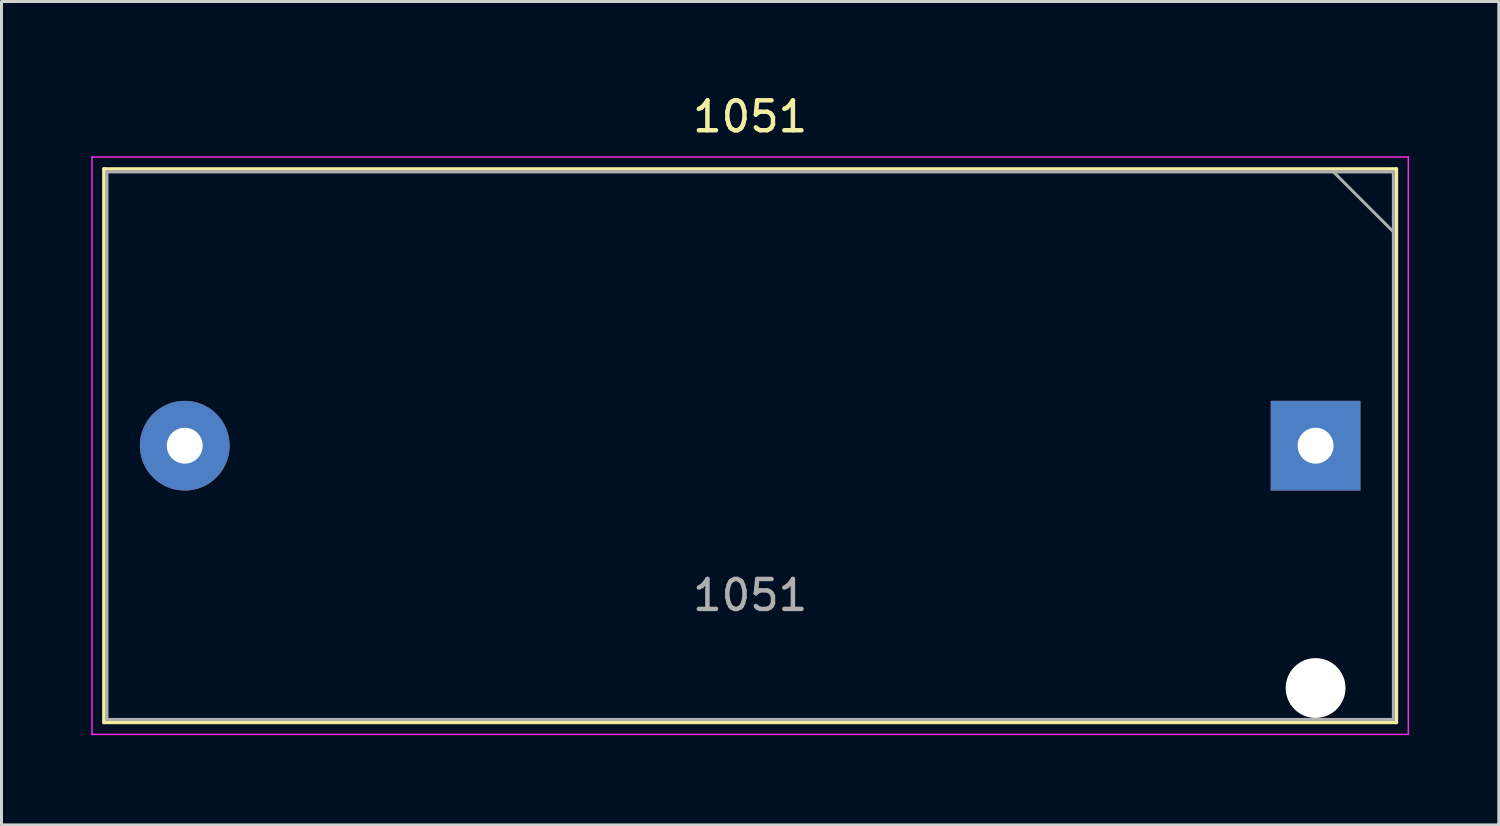
<source format=kicad_pcb>
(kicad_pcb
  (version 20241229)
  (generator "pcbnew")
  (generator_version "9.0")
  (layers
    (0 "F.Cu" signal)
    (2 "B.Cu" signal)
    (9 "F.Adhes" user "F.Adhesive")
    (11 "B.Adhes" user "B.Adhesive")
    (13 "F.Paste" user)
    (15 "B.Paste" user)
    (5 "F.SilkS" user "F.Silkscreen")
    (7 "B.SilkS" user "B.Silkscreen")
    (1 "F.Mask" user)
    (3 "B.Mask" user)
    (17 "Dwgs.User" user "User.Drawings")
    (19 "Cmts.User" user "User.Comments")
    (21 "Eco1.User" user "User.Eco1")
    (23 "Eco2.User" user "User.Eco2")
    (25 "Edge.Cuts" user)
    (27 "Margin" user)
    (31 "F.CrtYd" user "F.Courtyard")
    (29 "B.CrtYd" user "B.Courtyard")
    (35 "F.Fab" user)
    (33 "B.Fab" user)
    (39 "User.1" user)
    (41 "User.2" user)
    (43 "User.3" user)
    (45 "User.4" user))
  (footprint "1051"
    (layer "F.Cu")
    (at 22.025 11.848)
    (property "Reference" "1051" (at 0 -11 0) (layer "F.SilkS") (effects (font (size 1 1) (thickness 0.15))))
    (attr through_hole)
    (fp_line (start -21.6 -9.25) (end -21.6 9.25) (stroke (width 0.12) (type solid)) (layer "F.SilkS"))
    (fp_line (start 21.6 -9.25) (end -21.6 -9.25) (stroke (width 0.12) (type solid)) (layer "F.SilkS"))
    (fp_line (start 21.6 9.25) (end -21.6 9.25) (stroke (width 0.12) (type solid)) (layer "F.SilkS"))
    (fp_line (start 21.6 9.25) (end 21.6 -9.25) (stroke (width 0.12) (type solid)) (layer "F.SilkS"))
    (fp_line (start -22 -9.65) (end -22 9.65) (stroke (width 0.05) (type solid)) (layer "F.CrtYd"))
    (fp_line (start -22 9.65) (end 22 9.65) (stroke (width 0.05) (type solid)) (layer "F.CrtYd"))
    (fp_line (start 22 -9.65) (end -22 -9.65) (stroke (width 0.05) (type solid)) (layer "F.CrtYd"))
    (fp_line (start 22 9.65) (end 22 -9.65) (stroke (width 0.05) (type solid)) (layer "F.CrtYd"))
    (fp_line (start -21.5 -9.15) (end -21.5 9.15) (stroke (width 0.1) (type solid)) (layer "F.Fab"))
    (fp_line (start -21.5 -9.15) (end 21.5 -9.15) (stroke (width 0.1) (type solid)) (layer "F.Fab"))
    (fp_line (start -21.5 9.15) (end 21.5 9.15) (stroke (width 0.1) (type solid)) (layer "F.Fab"))
    (fp_line (start 19.5 -9.15) (end 21.5 -7.15) (stroke (width 0.1) (type solid)) (layer "F.Fab"))
    (fp_line (start 21.5 9.15) (end 21.5 -9.15) (stroke (width 0.1) (type solid)) (layer "F.Fab"))
    (fp_text user "${REFERENCE}" (at 0 5 0) (layer "F.Fab") (effects (font (size 1 1) (thickness 0.15))))
    (pad "" np_thru_hole circle (at 18.9 8.1) (size 2 2) (drill 2) (layers "*.Cu" "*.Mask"))
    (pad "1" thru_hole rect (at 18.9 0) (size 3 3) (drill 1.2) (layers "*.Cu" "*.Mask"))
    (pad "2" thru_hole oval (at -18.9 0) (size 3 3) (drill 1.2) (layers "*.Cu" "*.Mask")))
  (gr_rect
    (start -3 -3)
    (end 47.05 24.523)
    (stroke (width 0.1) (type default))
    (fill no)
    (layer "Edge.Cuts")))
</source>
